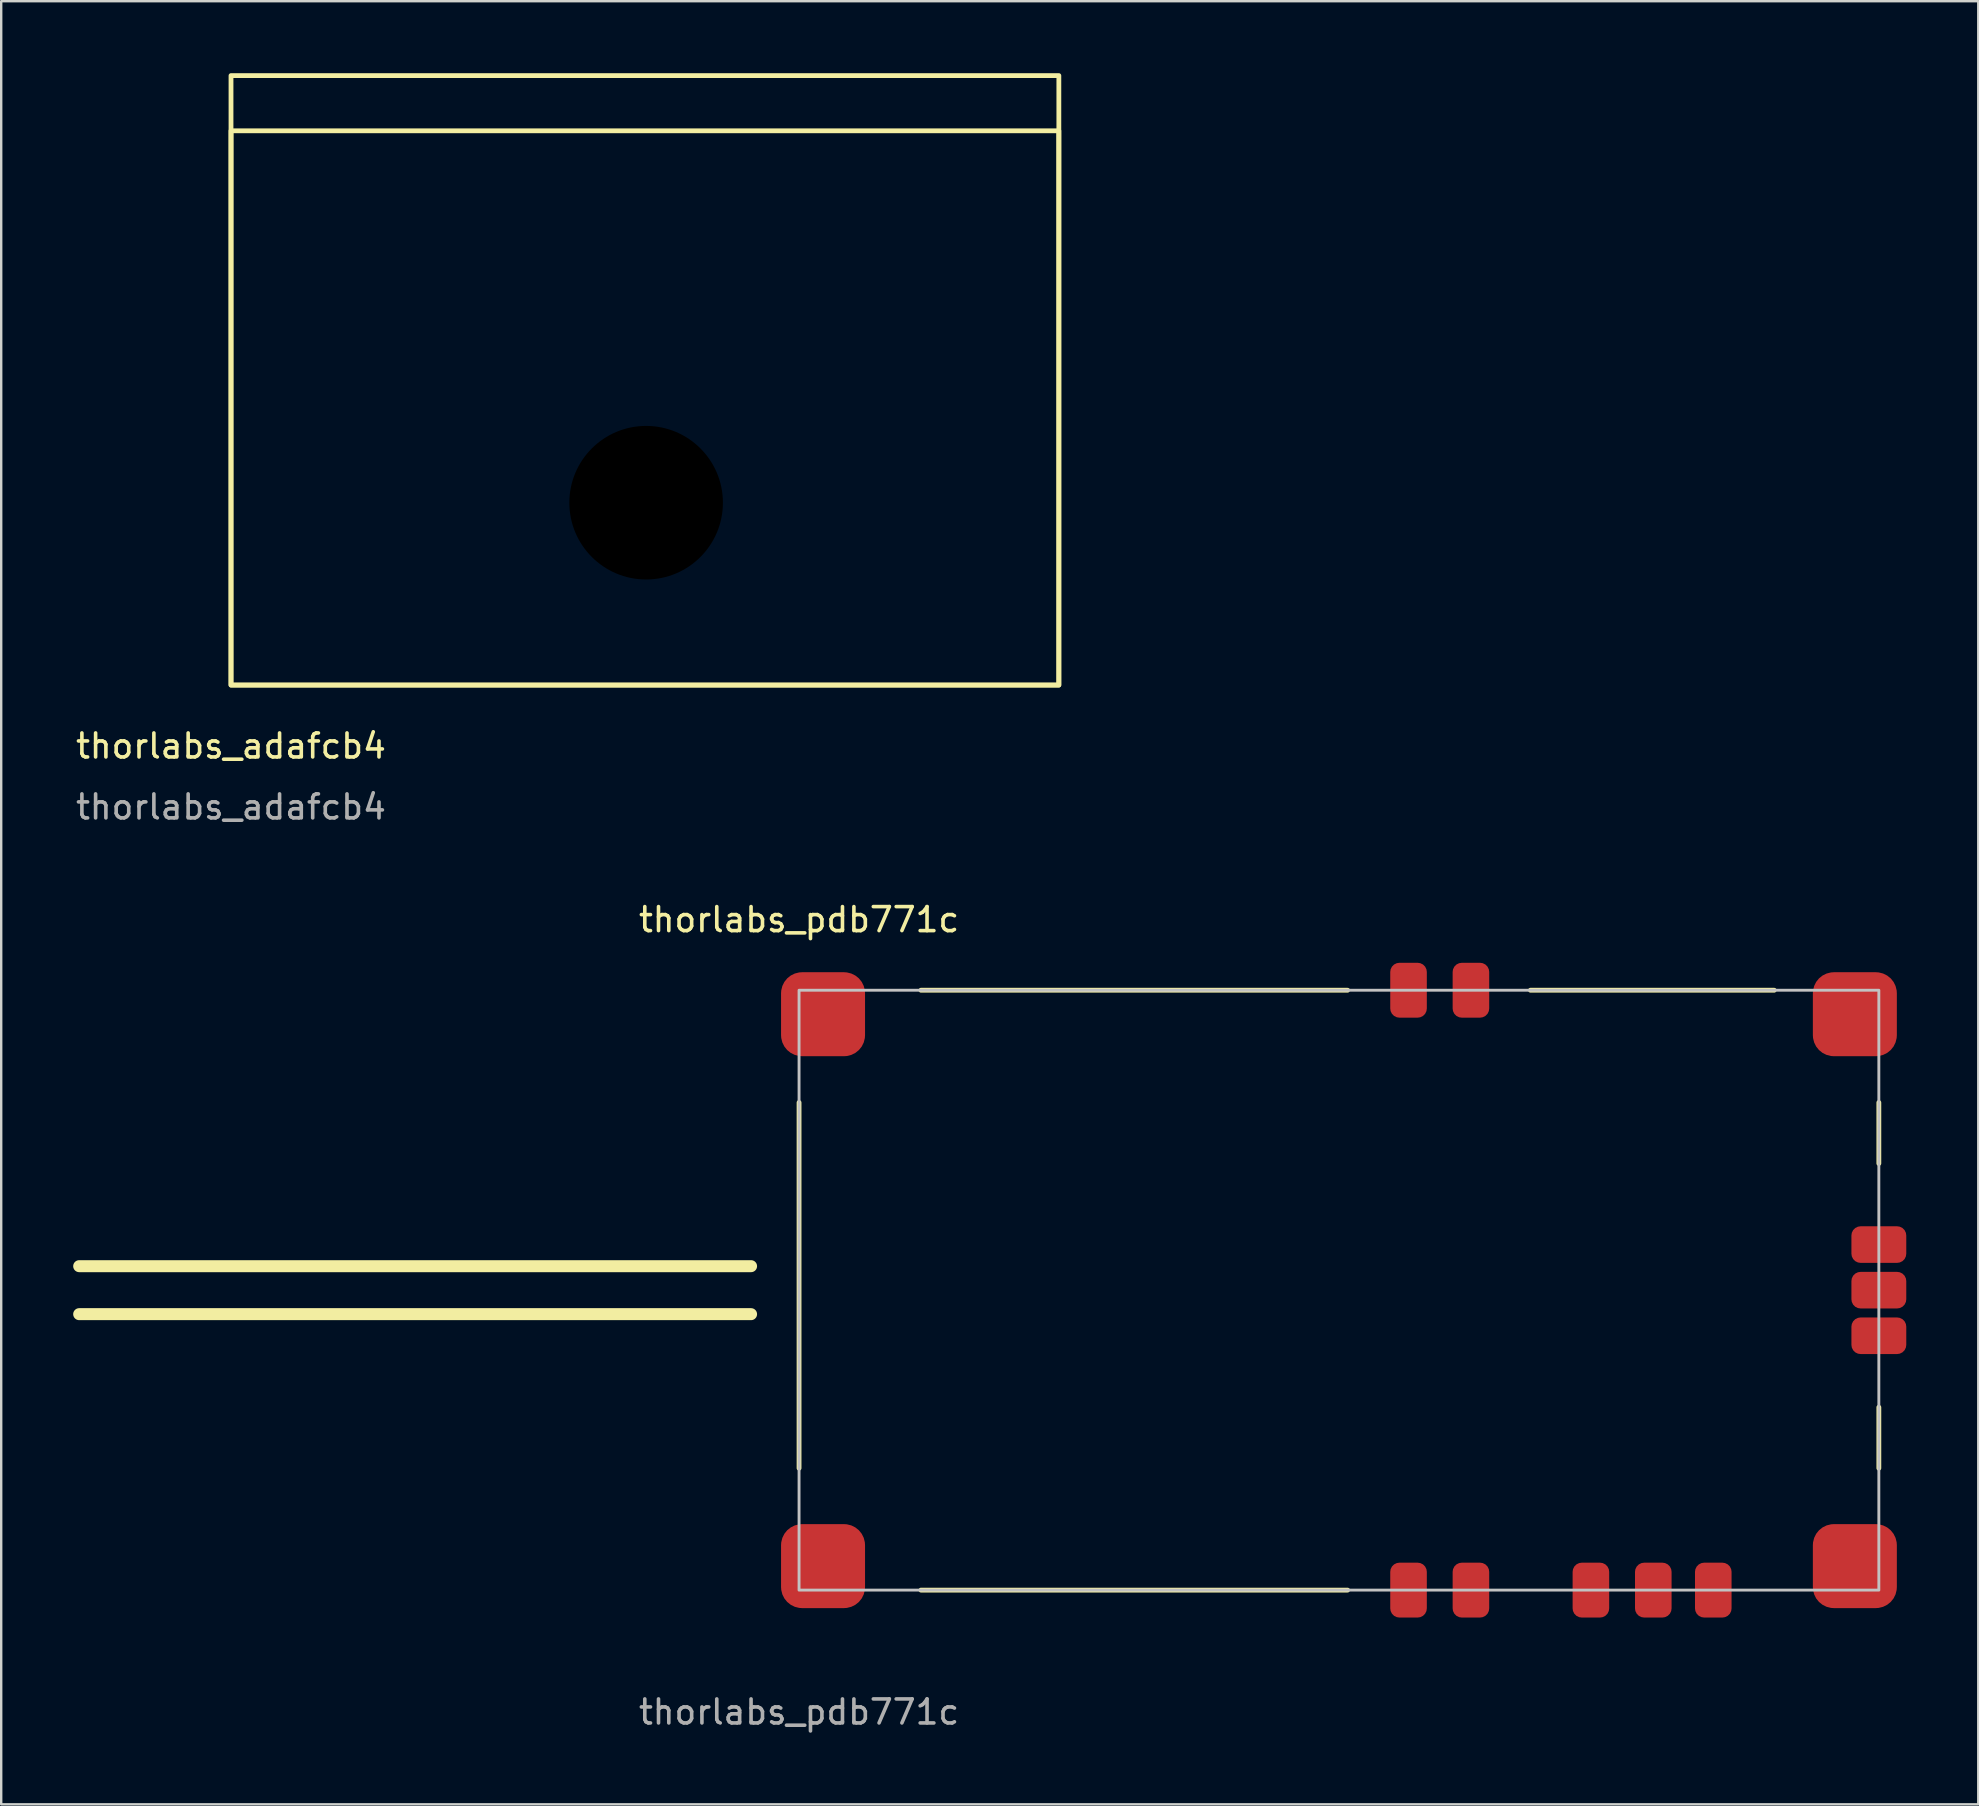
<source format=kicad_pcb>
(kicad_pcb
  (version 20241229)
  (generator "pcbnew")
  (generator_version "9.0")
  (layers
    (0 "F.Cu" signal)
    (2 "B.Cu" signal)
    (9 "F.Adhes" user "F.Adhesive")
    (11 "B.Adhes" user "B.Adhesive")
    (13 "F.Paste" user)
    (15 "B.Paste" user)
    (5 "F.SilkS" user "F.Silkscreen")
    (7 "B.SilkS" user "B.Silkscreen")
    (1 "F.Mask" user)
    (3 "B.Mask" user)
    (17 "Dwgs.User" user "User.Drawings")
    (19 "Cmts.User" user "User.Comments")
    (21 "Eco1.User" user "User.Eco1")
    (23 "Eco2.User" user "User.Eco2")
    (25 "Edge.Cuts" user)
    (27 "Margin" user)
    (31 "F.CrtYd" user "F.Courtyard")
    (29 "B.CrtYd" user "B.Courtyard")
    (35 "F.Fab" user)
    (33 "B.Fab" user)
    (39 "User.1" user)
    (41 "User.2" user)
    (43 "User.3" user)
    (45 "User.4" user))
  (footprint "thorlabs_adafcb4"
    (layer "F.Cu")
    (at 6.577 25.5)
    (property "Reference" "thorlabs_adafcb4" (at 0 2.54 0) (unlocked yes) (layer "F.SilkS") (effects (font (size 1 1) (thickness 0.15))))
    (fp_rect (start 0 0) (end 34.5 -25.4) (stroke (width 0.2) (type solid)) (fill no) (layer "F.SilkS"))
    (fp_rect (start 0 0) (end 34.5 -23.1) (stroke (width 0.2) (type solid)) (fill no) (layer "F.SilkS"))
    (fp_text user "${REFERENCE}" (at 0 5.08 0) (unlocked yes) (layer "F.Fab") (effects (font (size 1 1) (thickness 0.15))))
    (pad "" np_thru_hole circle (at 17.3 -7.6) (size 6.4 6.4) (drill 6.4) (layers "*.Mask")))
  (footprint "thorlabs_pdb771c"
    (layer "F.Cu")
    (at 30.25 63.217)
    (property "Reference" "thorlabs_pdb771c" (at 0 -27.94 0) (unlocked yes) (layer "F.SilkS") (effects (font (size 1 1) (thickness 0.15))))
    (attr smd)
    (fp_line (start -2 -13.5) (end -30 -13.5) (stroke (width 0.5) (type solid)) (layer "F.SilkS"))
    (fp_line (start -2 -11.5) (end -30 -11.5) (stroke (width 0.5) (type solid)) (layer "F.SilkS"))
    (fp_line (start 0 -20.32) (end 0 -5.08) (stroke (width 0.2) (type solid)) (layer "F.SilkS"))
    (fp_line (start 5.08 -25) (end 22.86 -25) (stroke (width 0.2) (type solid)) (layer "F.SilkS"))
    (fp_line (start 22.86 0) (end 5.08 0) (stroke (width 0.2) (type solid)) (layer "F.SilkS"))
    (fp_line (start 30.48 -25) (end 40.64 -25) (stroke (width 0.2) (type solid)) (layer "F.SilkS"))
    (fp_line (start 45 -20.32) (end 45 -17.78) (stroke (width 0.2) (type solid)) (layer "F.SilkS"))
    (fp_line (start 45 -7.62) (end 45 -5.08) (stroke (width 0.2) (type solid)) (layer "F.SilkS"))
    (fp_rect (start 0 0) (end 45 -25) (stroke (width 0.12) (type solid)) (fill no) (layer "Dwgs.User"))
    (fp_text user "${REFERENCE}" (at 0 5.08 0) (unlocked yes) (layer "F.Fab") (effects (font (size 1 1) (thickness 0.15))))
    (pad "1" smd roundrect (at 1 -1 180) (size 3.5 3.5) (layers "F.Cu" "F.Mask" "F.Paste") (roundrect_rratio 0.25))
    (pad "2" smd roundrect (at 1 -24 180) (size 3.5 3.5) (layers "F.Cu" "F.Mask" "F.Paste") (roundrect_rratio 0.25))
    (pad "4" smd roundrect (at 25.4 -25 270) (size 2.286 1.524) (layers "F.Cu" "F.Mask" "F.Paste") (roundrect_rratio 0.25))
    (pad "5" smd roundrect (at 28 -25 270) (size 2.286 1.524) (layers "F.Cu" "F.Mask" "F.Paste") (roundrect_rratio 0.25))
    (pad "6" smd roundrect (at 44 -24 270) (size 3.5 3.5) (layers "F.Cu" "F.Mask" "F.Paste") (roundrect_rratio 0.25))
    (pad "8" smd roundrect (at 45 -14.4) (size 2.286 1.524) (layers "F.Cu" "F.Mask" "F.Paste") (roundrect_rratio 0.25))
    (pad "9" smd roundrect (at 45 -12.5) (size 2.286 1.524) (layers "F.Cu" "F.Mask" "F.Paste") (roundrect_rratio 0.25))
    (pad "10" smd roundrect (at 45 -10.6) (size 2.286 1.524) (layers "F.Cu" "F.Mask" "F.Paste") (roundrect_rratio 0.25))
    (pad "11" smd roundrect (at 44 -1) (size 3.5 3.5) (layers "F.Cu" "F.Mask" "F.Paste") (roundrect_rratio 0.25))
    (pad "13" smd roundrect (at 38.1 0 90) (size 2.286 1.524) (layers "F.Cu" "F.Mask" "F.Paste") (roundrect_rratio 0.25))
    (pad "14" smd roundrect (at 35.6 0 90) (size 2.286 1.524) (layers "F.Cu" "F.Mask" "F.Paste") (roundrect_rratio 0.25))
    (pad "15" smd roundrect (at 33 0 90) (size 2.286 1.524) (layers "F.Cu" "F.Mask" "F.Paste") (roundrect_rratio 0.25))
    (pad "16" smd roundrect (at 28 0 90) (size 2.286 1.524) (layers "F.Cu" "F.Mask" "F.Paste") (roundrect_rratio 0.25))
    (pad "17" smd roundrect (at 25.4 0 90) (size 2.286 1.524) (layers "F.Cu" "F.Mask" "F.Paste") (roundrect_rratio 0.25)))
  (gr_rect
    (start -3 -3)
    (end 79.393 72.145)
    (stroke (width 0.1) (type default))
    (fill no)
    (layer "Edge.Cuts")))
</source>
